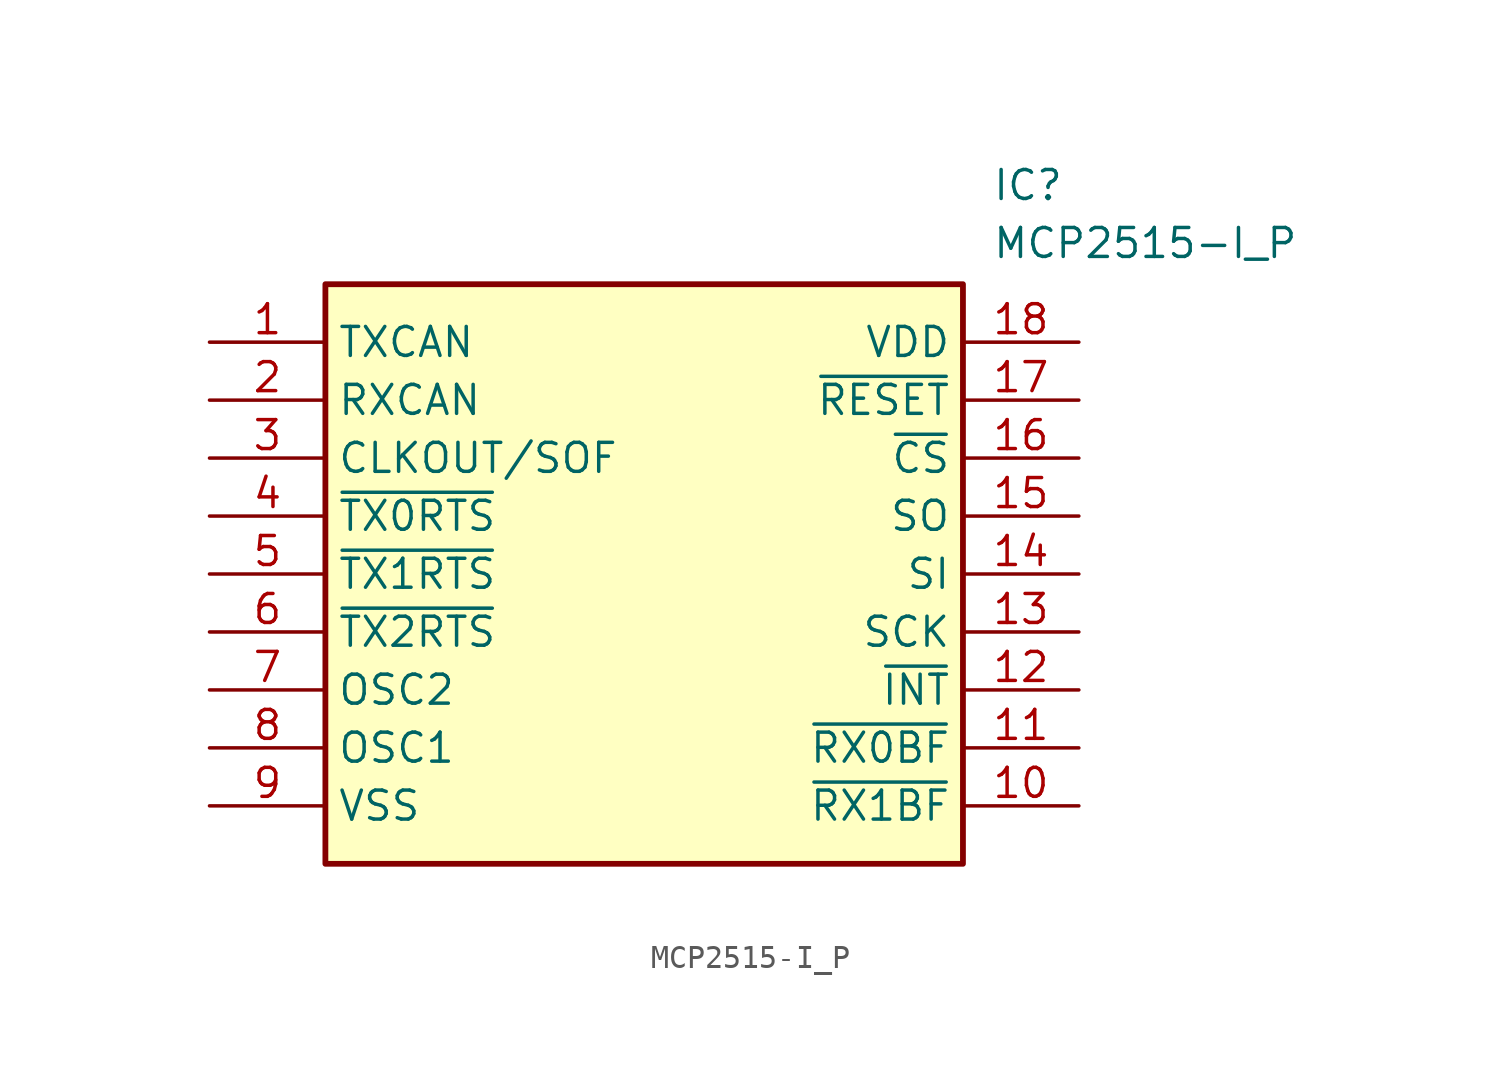
<source format=kicad_sym>
(kicad_symbol_lib
  (version 20211014)
  (generator SamacSys_ECAD_Model)
  (symbol "MCP2515-I_P"
    (property "Reference" "IC"
      (at 34.29 7.62 0)
      (effects (font (size 1.27 1.27)) (justify left top)))
    (property "Value" "MCP2515-I_P"
      (at 34.29 5.08 0)
      (effects (font (size 1.27 1.27)) (justify left top)))
    (rectangle
      (start 5.08 2.54)
      (end 33.02 -22.86)
      (stroke (width 0.254) (type default))
      (fill (type background)))
    (pin passive line
      (at 0 0 0)
      (length 5.08)
      (name "TXCAN" (effects (font (size 1.27 1.27))))
      (number "1" (effects (font (size 1.27 1.27)))))
    (pin passive line
      (at 0 -2.54 0)
      (length 5.08)
      (name "RXCAN" (effects (font (size 1.27 1.27))))
      (number "2" (effects (font (size 1.27 1.27)))))
    (pin passive line
      (at 0 -5.08 0)
      (length 5.08)
      (name "CLKOUT/SOF" (effects (font (size 1.27 1.27))))
      (number "3" (effects (font (size 1.27 1.27)))))
    (pin passive line
      (at 0 -7.62 0)
      (length 5.08)
      (name "~{TX0RTS}" (effects (font (size 1.27 1.27))))
      (number "4" (effects (font (size 1.27 1.27)))))
    (pin passive line
      (at 0 -10.16 0)
      (length 5.08)
      (name "~{TX1RTS}" (effects (font (size 1.27 1.27))))
      (number "5" (effects (font (size 1.27 1.27)))))
    (pin passive line
      (at 0 -12.7 0)
      (length 5.08)
      (name "~{TX2RTS}" (effects (font (size 1.27 1.27))))
      (number "6" (effects (font (size 1.27 1.27)))))
    (pin passive line
      (at 0 -15.24 0)
      (length 5.08)
      (name "OSC2" (effects (font (size 1.27 1.27))))
      (number "7" (effects (font (size 1.27 1.27)))))
    (pin passive line
      (at 0 -17.78 0)
      (length 5.08)
      (name "OSC1" (effects (font (size 1.27 1.27))))
      (number "8" (effects (font (size 1.27 1.27)))))
    (pin passive line
      (at 0 -20.32 0)
      (length 5.08)
      (name "VSS" (effects (font (size 1.27 1.27))))
      (number "9" (effects (font (size 1.27 1.27)))))
    (pin passive line
      (at 38.1 0 180)
      (length 5.08)
      (name "VDD" (effects (font (size 1.27 1.27))))
      (number "18" (effects (font (size 1.27 1.27)))))
    (pin passive line
      (at 38.1 -2.54 180)
      (length 5.08)
      (name "~{RESET}" (effects (font (size 1.27 1.27))))
      (number "17" (effects (font (size 1.27 1.27)))))
    (pin passive line
      (at 38.1 -5.08 180)
      (length 5.08)
      (name "~{CS}" (effects (font (size 1.27 1.27))))
      (number "16" (effects (font (size 1.27 1.27)))))
    (pin passive line
      (at 38.1 -7.62 180)
      (length 5.08)
      (name "SO" (effects (font (size 1.27 1.27))))
      (number "15" (effects (font (size 1.27 1.27)))))
    (pin passive line
      (at 38.1 -10.16 180)
      (length 5.08)
      (name "SI" (effects (font (size 1.27 1.27))))
      (number "14" (effects (font (size 1.27 1.27)))))
    (pin passive line
      (at 38.1 -12.7 180)
      (length 5.08)
      (name "SCK" (effects (font (size 1.27 1.27))))
      (number "13" (effects (font (size 1.27 1.27)))))
    (pin passive line
      (at 38.1 -15.24 180)
      (length 5.08)
      (name "~{INT}" (effects (font (size 1.27 1.27))))
      (number "12" (effects (font (size 1.27 1.27)))))
    (pin passive line
      (at 38.1 -17.78 180)
      (length 5.08)
      (name "~{RX0BF}" (effects (font (size 1.27 1.27))))
      (number "11" (effects (font (size 1.27 1.27)))))
    (pin passive line
      (at 38.1 -20.32 180)
      (length 5.08)
      (name "~{RX1BF}" (effects (font (size 1.27 1.27))))
      (number "10" (effects (font (size 1.27 1.27)))))))
</source>
